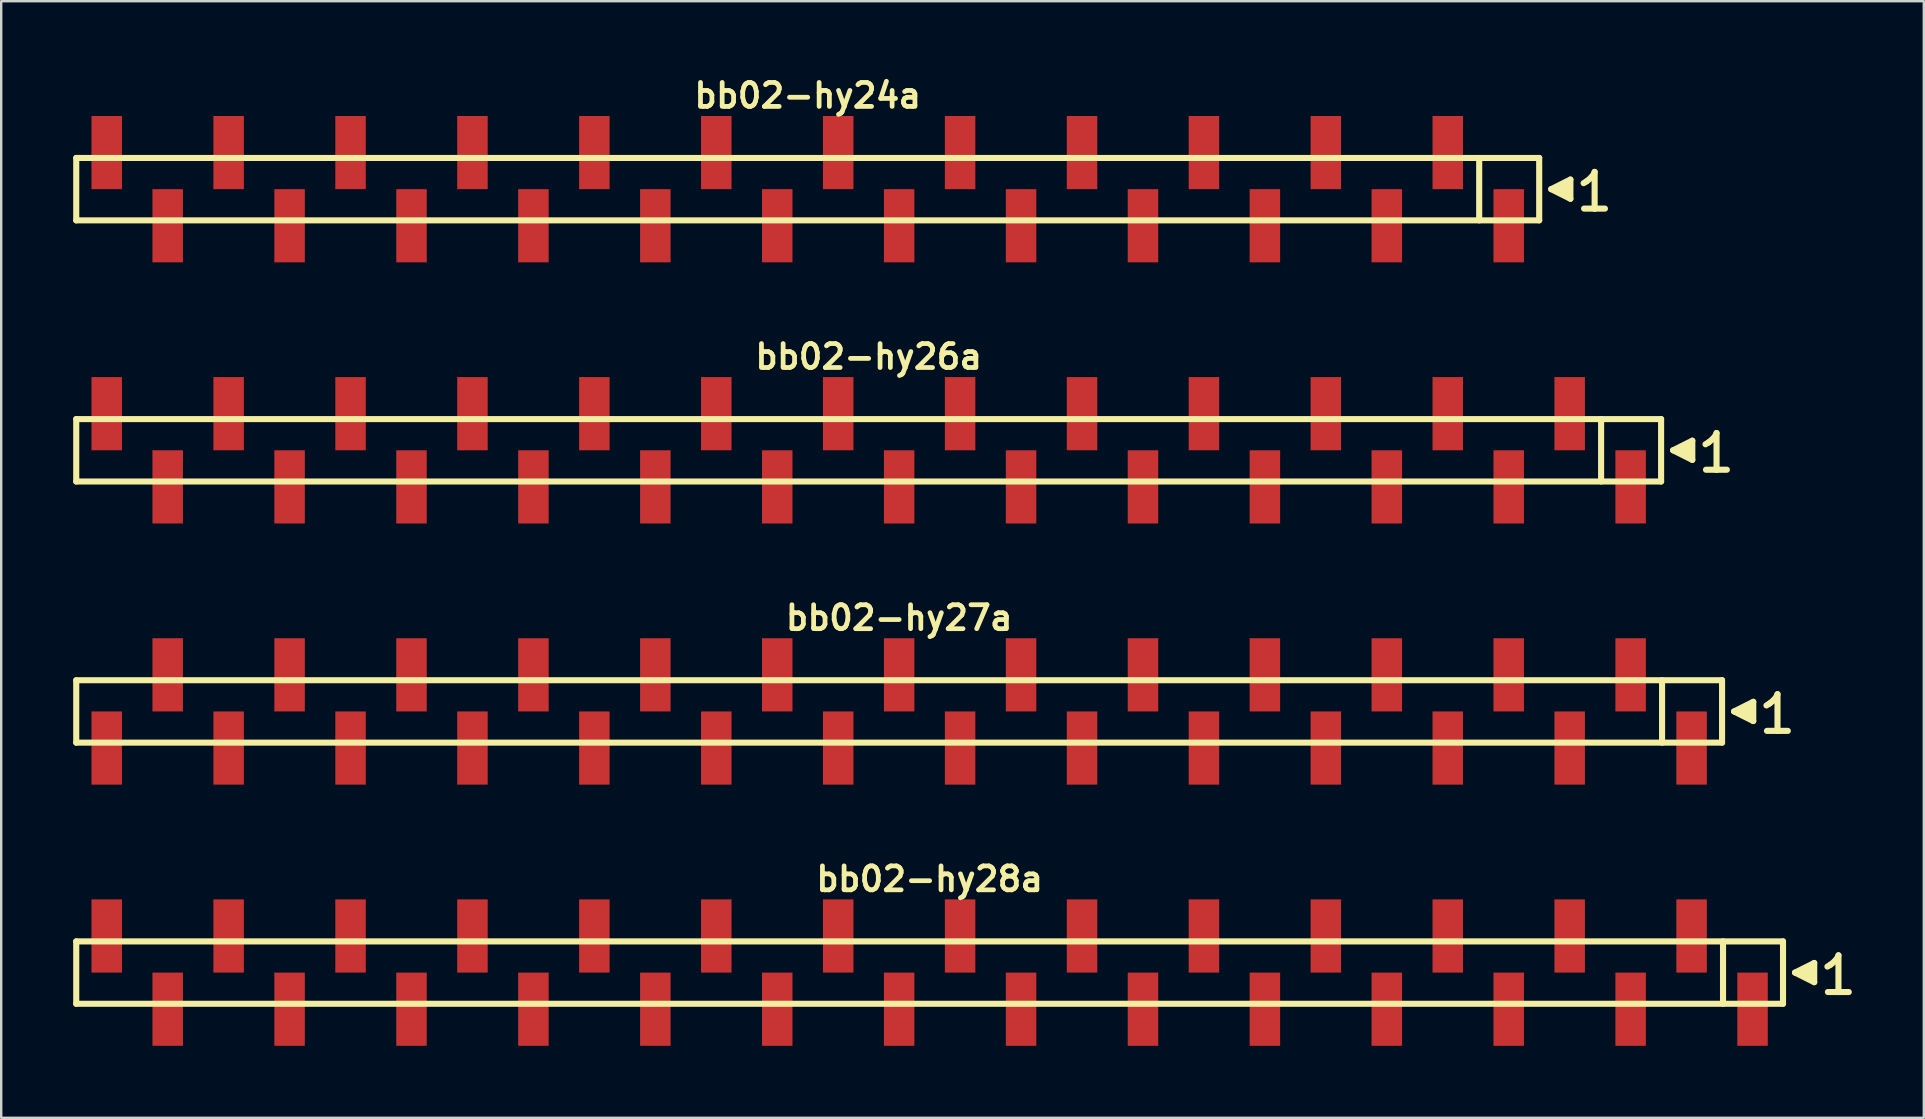
<source format=kicad_pcb>
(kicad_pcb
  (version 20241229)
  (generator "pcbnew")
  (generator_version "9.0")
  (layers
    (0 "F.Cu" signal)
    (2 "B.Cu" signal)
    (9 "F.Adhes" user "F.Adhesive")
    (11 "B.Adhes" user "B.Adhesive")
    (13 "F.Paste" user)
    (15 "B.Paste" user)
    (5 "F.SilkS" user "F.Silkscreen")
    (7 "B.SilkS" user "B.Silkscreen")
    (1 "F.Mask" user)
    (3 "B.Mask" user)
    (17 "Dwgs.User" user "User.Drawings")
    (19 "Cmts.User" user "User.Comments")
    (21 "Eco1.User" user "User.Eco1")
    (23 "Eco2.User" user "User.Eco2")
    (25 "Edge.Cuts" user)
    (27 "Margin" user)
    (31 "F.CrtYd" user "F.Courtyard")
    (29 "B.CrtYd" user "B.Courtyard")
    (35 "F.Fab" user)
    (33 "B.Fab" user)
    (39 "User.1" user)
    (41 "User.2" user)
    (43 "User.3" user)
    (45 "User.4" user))
  (footprint "bb02-hy28a"
    (layer "F.Cu")
    (at 35.687 37.477)
    (property "Reference" "bb02-hy28a" (at 0 -3.9 0) (layer "F.SilkS") (effects (font (size 0.998 0.998) (thickness 0.198))))
    (attr through_hole)
    (fp_line (start -35.56 -1.3) (end 35.56 -1.3) (stroke (width 0.254) (type solid)) (layer "F.SilkS"))
    (fp_line (start -35.56 1.3) (end -35.56 -1.3) (stroke (width 0.254) (type solid)) (layer "F.SilkS"))
    (fp_line (start 33.06 1.3) (end 33.06 -1.3) (stroke (width 0.254) (type solid)) (layer "F.SilkS"))
    (fp_line (start 35.56 -1.3) (end 35.56 1.3) (stroke (width 0.254) (type solid)) (layer "F.SilkS"))
    (fp_line (start 35.56 1.3) (end -35.56 1.3) (stroke (width 0.254) (type solid)) (layer "F.SilkS"))
    (fp_line (start 36.06 0) (end 36.86 0.4) (stroke (width 0.254) (type solid)) (layer "F.SilkS"))
    (fp_line (start 36.36 0.1) (end 36.36 -0.1) (stroke (width 0.254) (type solid)) (layer "F.SilkS"))
    (fp_line (start 36.46 -0.1) (end 36.46 0.1) (stroke (width 0.254) (type solid)) (layer "F.SilkS"))
    (fp_line (start 36.56 0.2) (end 36.56 -0.2) (stroke (width 0.254) (type solid)) (layer "F.SilkS"))
    (fp_line (start 36.66 -0.2) (end 36.66 0.2) (stroke (width 0.254) (type solid)) (layer "F.SilkS"))
    (fp_line (start 36.76 0.3) (end 36.76 -0.3) (stroke (width 0.254) (type solid)) (layer "F.SilkS"))
    (fp_line (start 36.86 -0.4) (end 36.06 0) (stroke (width 0.254) (type solid)) (layer "F.SilkS"))
    (fp_line (start 36.86 0.4) (end 36.86 -0.4) (stroke (width 0.254) (type solid)) (layer "F.SilkS"))
    (fp_line (start 37.41 -0.25) (end 37.54 -0.33) (stroke (width 0.254) (type solid)) (layer "F.SilkS"))
    (fp_line (start 37.54 -0.33) (end 37.7 -0.46) (stroke (width 0.254) (type solid)) (layer "F.SilkS"))
    (fp_line (start 37.7 -0.46) (end 37.84 -0.63) (stroke (width 0.254) (type solid)) (layer "F.SilkS"))
    (fp_line (start 37.84 -0.63) (end 37.87 -0.72) (stroke (width 0.254) (type solid)) (layer "F.SilkS"))
    (fp_line (start 37.87 -0.72) (end 37.87 0.81) (stroke (width 0.254) (type solid)) (layer "F.SilkS"))
    (fp_line (start 37.87 0.81) (end 37.43 0.81) (stroke (width 0.254) (type solid)) (layer "F.SilkS"))
    (fp_line (start 38.3 0.81) (end 37.86 0.81) (stroke (width 0.254) (type solid)) (layer "F.SilkS"))
    (pad "1" smd rect (at 34.29 1.525) (size 1.27 3.05) (layers "F.Cu" "F.Mask" "F.Paste"))
    (pad "2" smd rect (at 31.75 -1.525) (size 1.27 3.05) (layers "F.Cu" "F.Mask" "F.Paste"))
    (pad "3" smd rect (at 29.21 1.525) (size 1.27 3.05) (layers "F.Cu" "F.Mask" "F.Paste"))
    (pad "4" smd rect (at 26.67 -1.525) (size 1.27 3.05) (layers "F.Cu" "F.Mask" "F.Paste"))
    (pad "5" smd rect (at 24.13 1.525) (size 1.27 3.05) (layers "F.Cu" "F.Mask" "F.Paste"))
    (pad "6" smd rect (at 21.59 -1.525) (size 1.27 3.05) (layers "F.Cu" "F.Mask" "F.Paste"))
    (pad "7" smd rect (at 19.05 1.525) (size 1.27 3.05) (layers "F.Cu" "F.Mask" "F.Paste"))
    (pad "8" smd rect (at 16.51 -1.525) (size 1.27 3.05) (layers "F.Cu" "F.Mask" "F.Paste"))
    (pad "9" smd rect (at 13.97 1.525) (size 1.27 3.05) (layers "F.Cu" "F.Mask" "F.Paste"))
    (pad "10" smd rect (at 11.43 -1.525) (size 1.27 3.05) (layers "F.Cu" "F.Mask" "F.Paste"))
    (pad "11" smd rect (at 8.89 1.525) (size 1.27 3.05) (layers "F.Cu" "F.Mask" "F.Paste"))
    (pad "12" smd rect (at 6.35 -1.525) (size 1.27 3.05) (layers "F.Cu" "F.Mask" "F.Paste"))
    (pad "13" smd rect (at 3.81 1.525) (size 1.27 3.05) (layers "F.Cu" "F.Mask" "F.Paste"))
    (pad "14" smd rect (at 1.27 -1.525) (size 1.27 3.05) (layers "F.Cu" "F.Mask" "F.Paste"))
    (pad "15" smd rect (at -1.27 1.525) (size 1.27 3.05) (layers "F.Cu" "F.Mask" "F.Paste"))
    (pad "16" smd rect (at -3.81 -1.525) (size 1.27 3.05) (layers "F.Cu" "F.Mask" "F.Paste"))
    (pad "17" smd rect (at -6.35 1.525) (size 1.27 3.05) (layers "F.Cu" "F.Mask" "F.Paste"))
    (pad "18" smd rect (at -8.89 -1.525) (size 1.27 3.05) (layers "F.Cu" "F.Mask" "F.Paste"))
    (pad "19" smd rect (at -11.43 1.525) (size 1.27 3.05) (layers "F.Cu" "F.Mask" "F.Paste"))
    (pad "20" smd rect (at -13.97 -1.525) (size 1.27 3.05) (layers "F.Cu" "F.Mask" "F.Paste"))
    (pad "21" smd rect (at -16.51 1.525) (size 1.27 3.05) (layers "F.Cu" "F.Mask" "F.Paste"))
    (pad "22" smd rect (at -19.05 -1.525) (size 1.27 3.05) (layers "F.Cu" "F.Mask" "F.Paste"))
    (pad "23" smd rect (at -21.59 1.525) (size 1.27 3.05) (layers "F.Cu" "F.Mask" "F.Paste"))
    (pad "24" smd rect (at -24.13 -1.525) (size 1.27 3.05) (layers "F.Cu" "F.Mask" "F.Paste"))
    (pad "25" smd rect (at -26.67 1.525) (size 1.27 3.05) (layers "F.Cu" "F.Mask" "F.Paste"))
    (pad "26" smd rect (at -29.21 -1.525) (size 1.27 3.05) (layers "F.Cu" "F.Mask" "F.Paste"))
    (pad "27" smd rect (at -31.75 1.525) (size 1.27 3.05) (layers "F.Cu" "F.Mask" "F.Paste"))
    (pad "28" smd rect (at -34.29 -1.525) (size 1.27 3.05) (layers "F.Cu" "F.Mask" "F.Paste")))
  (footprint "bb02-hy24a"
    (layer "F.Cu")
    (at 30.607 4.832)
    (property "Reference" "bb02-hy24a" (at 0 -3.9 0) (layer "F.SilkS") (effects (font (size 0.998 0.998) (thickness 0.198))))
    (attr through_hole)
    (fp_line (start -30.48 -1.3) (end 30.48 -1.3) (stroke (width 0.254) (type solid)) (layer "F.SilkS"))
    (fp_line (start -30.48 1.3) (end -30.48 -1.3) (stroke (width 0.254) (type solid)) (layer "F.SilkS"))
    (fp_line (start 27.98 1.3) (end 27.98 -1.3) (stroke (width 0.254) (type solid)) (layer "F.SilkS"))
    (fp_line (start 30.48 -1.3) (end 30.48 1.3) (stroke (width 0.254) (type solid)) (layer "F.SilkS"))
    (fp_line (start 30.48 1.3) (end -30.48 1.3) (stroke (width 0.254) (type solid)) (layer "F.SilkS"))
    (fp_line (start 30.98 0) (end 31.78 0.4) (stroke (width 0.254) (type solid)) (layer "F.SilkS"))
    (fp_line (start 31.28 0.1) (end 31.28 -0.1) (stroke (width 0.254) (type solid)) (layer "F.SilkS"))
    (fp_line (start 31.38 -0.1) (end 31.38 0.1) (stroke (width 0.254) (type solid)) (layer "F.SilkS"))
    (fp_line (start 31.48 0.2) (end 31.48 -0.2) (stroke (width 0.254) (type solid)) (layer "F.SilkS"))
    (fp_line (start 31.58 -0.2) (end 31.58 0.2) (stroke (width 0.254) (type solid)) (layer "F.SilkS"))
    (fp_line (start 31.68 0.3) (end 31.68 -0.3) (stroke (width 0.254) (type solid)) (layer "F.SilkS"))
    (fp_line (start 31.78 -0.4) (end 30.98 0) (stroke (width 0.254) (type solid)) (layer "F.SilkS"))
    (fp_line (start 31.78 0.4) (end 31.78 -0.4) (stroke (width 0.254) (type solid)) (layer "F.SilkS"))
    (fp_line (start 32.33 -0.25) (end 32.46 -0.33) (stroke (width 0.254) (type solid)) (layer "F.SilkS"))
    (fp_line (start 32.46 -0.33) (end 32.62 -0.46) (stroke (width 0.254) (type solid)) (layer "F.SilkS"))
    (fp_line (start 32.62 -0.46) (end 32.76 -0.63) (stroke (width 0.254) (type solid)) (layer "F.SilkS"))
    (fp_line (start 32.76 -0.63) (end 32.79 -0.72) (stroke (width 0.254) (type solid)) (layer "F.SilkS"))
    (fp_line (start 32.79 -0.72) (end 32.79 0.81) (stroke (width 0.254) (type solid)) (layer "F.SilkS"))
    (fp_line (start 32.79 0.81) (end 32.35 0.81) (stroke (width 0.254) (type solid)) (layer "F.SilkS"))
    (fp_line (start 33.22 0.81) (end 32.78 0.81) (stroke (width 0.254) (type solid)) (layer "F.SilkS"))
    (pad "1" smd rect (at 29.21 1.525) (size 1.27 3.05) (layers "F.Cu" "F.Mask" "F.Paste"))
    (pad "2" smd rect (at 26.67 -1.525) (size 1.27 3.05) (layers "F.Cu" "F.Mask" "F.Paste"))
    (pad "3" smd rect (at 24.13 1.525) (size 1.27 3.05) (layers "F.Cu" "F.Mask" "F.Paste"))
    (pad "4" smd rect (at 21.59 -1.525) (size 1.27 3.05) (layers "F.Cu" "F.Mask" "F.Paste"))
    (pad "5" smd rect (at 19.05 1.525) (size 1.27 3.05) (layers "F.Cu" "F.Mask" "F.Paste"))
    (pad "6" smd rect (at 16.51 -1.525) (size 1.27 3.05) (layers "F.Cu" "F.Mask" "F.Paste"))
    (pad "7" smd rect (at 13.97 1.525) (size 1.27 3.05) (layers "F.Cu" "F.Mask" "F.Paste"))
    (pad "8" smd rect (at 11.43 -1.525) (size 1.27 3.05) (layers "F.Cu" "F.Mask" "F.Paste"))
    (pad "9" smd rect (at 8.89 1.525) (size 1.27 3.05) (layers "F.Cu" "F.Mask" "F.Paste"))
    (pad "10" smd rect (at 6.35 -1.525) (size 1.27 3.05) (layers "F.Cu" "F.Mask" "F.Paste"))
    (pad "11" smd rect (at 3.81 1.525) (size 1.27 3.05) (layers "F.Cu" "F.Mask" "F.Paste"))
    (pad "12" smd rect (at 1.27 -1.525) (size 1.27 3.05) (layers "F.Cu" "F.Mask" "F.Paste"))
    (pad "13" smd rect (at -1.27 1.525) (size 1.27 3.05) (layers "F.Cu" "F.Mask" "F.Paste"))
    (pad "14" smd rect (at -3.81 -1.525) (size 1.27 3.05) (layers "F.Cu" "F.Mask" "F.Paste"))
    (pad "15" smd rect (at -6.35 1.525) (size 1.27 3.05) (layers "F.Cu" "F.Mask" "F.Paste"))
    (pad "16" smd rect (at -8.89 -1.525) (size 1.27 3.05) (layers "F.Cu" "F.Mask" "F.Paste"))
    (pad "17" smd rect (at -11.43 1.525) (size 1.27 3.05) (layers "F.Cu" "F.Mask" "F.Paste"))
    (pad "18" smd rect (at -13.97 -1.525) (size 1.27 3.05) (layers "F.Cu" "F.Mask" "F.Paste"))
    (pad "19" smd rect (at -16.51 1.525) (size 1.27 3.05) (layers "F.Cu" "F.Mask" "F.Paste"))
    (pad "20" smd rect (at -19.05 -1.525) (size 1.27 3.05) (layers "F.Cu" "F.Mask" "F.Paste"))
    (pad "21" smd rect (at -21.59 1.525) (size 1.27 3.05) (layers "F.Cu" "F.Mask" "F.Paste"))
    (pad "22" smd rect (at -24.13 -1.525) (size 1.27 3.05) (layers "F.Cu" "F.Mask" "F.Paste"))
    (pad "23" smd rect (at -26.67 1.525) (size 1.27 3.05) (layers "F.Cu" "F.Mask" "F.Paste"))
    (pad "24" smd rect (at -29.21 -1.525) (size 1.27 3.05) (layers "F.Cu" "F.Mask" "F.Paste")))
  (footprint "bb02-hy27a"
    (layer "F.Cu")
    (at 34.417 26.595)
    (property "Reference" "bb02-hy27a" (at 0 -3.9 0) (layer "F.SilkS") (effects (font (size 0.998 0.998) (thickness 0.198))))
    (attr through_hole)
    (fp_line (start -34.29 -1.3) (end 34.29 -1.3) (stroke (width 0.254) (type solid)) (layer "F.SilkS"))
    (fp_line (start -34.29 1.3) (end -34.29 -1.3) (stroke (width 0.254) (type solid)) (layer "F.SilkS"))
    (fp_line (start 31.79 1.3) (end 31.79 -1.3) (stroke (width 0.254) (type solid)) (layer "F.SilkS"))
    (fp_line (start 34.29 -1.3) (end 34.29 1.3) (stroke (width 0.254) (type solid)) (layer "F.SilkS"))
    (fp_line (start 34.29 1.3) (end -34.29 1.3) (stroke (width 0.254) (type solid)) (layer "F.SilkS"))
    (fp_line (start 34.79 0) (end 35.59 0.4) (stroke (width 0.254) (type solid)) (layer "F.SilkS"))
    (fp_line (start 35.09 0.1) (end 35.09 -0.1) (stroke (width 0.254) (type solid)) (layer "F.SilkS"))
    (fp_line (start 35.19 -0.1) (end 35.19 0.1) (stroke (width 0.254) (type solid)) (layer "F.SilkS"))
    (fp_line (start 35.29 0.2) (end 35.29 -0.2) (stroke (width 0.254) (type solid)) (layer "F.SilkS"))
    (fp_line (start 35.39 -0.2) (end 35.39 0.2) (stroke (width 0.254) (type solid)) (layer "F.SilkS"))
    (fp_line (start 35.49 0.3) (end 35.49 -0.3) (stroke (width 0.254) (type solid)) (layer "F.SilkS"))
    (fp_line (start 35.59 -0.4) (end 34.79 0) (stroke (width 0.254) (type solid)) (layer "F.SilkS"))
    (fp_line (start 35.59 0.4) (end 35.59 -0.4) (stroke (width 0.254) (type solid)) (layer "F.SilkS"))
    (fp_line (start 36.14 -0.25) (end 36.27 -0.33) (stroke (width 0.254) (type solid)) (layer "F.SilkS"))
    (fp_line (start 36.27 -0.33) (end 36.43 -0.46) (stroke (width 0.254) (type solid)) (layer "F.SilkS"))
    (fp_line (start 36.43 -0.46) (end 36.57 -0.63) (stroke (width 0.254) (type solid)) (layer "F.SilkS"))
    (fp_line (start 36.57 -0.63) (end 36.6 -0.72) (stroke (width 0.254) (type solid)) (layer "F.SilkS"))
    (fp_line (start 36.6 -0.72) (end 36.6 0.81) (stroke (width 0.254) (type solid)) (layer "F.SilkS"))
    (fp_line (start 36.6 0.81) (end 36.16 0.81) (stroke (width 0.254) (type solid)) (layer "F.SilkS"))
    (fp_line (start 37.03 0.81) (end 36.59 0.81) (stroke (width 0.254) (type solid)) (layer "F.SilkS"))
    (pad "1" smd rect (at 33.02 1.525) (size 1.27 3.05) (layers "F.Cu" "F.Mask" "F.Paste"))
    (pad "2" smd rect (at 30.48 -1.525) (size 1.27 3.05) (layers "F.Cu" "F.Mask" "F.Paste"))
    (pad "3" smd rect (at 27.94 1.525) (size 1.27 3.05) (layers "F.Cu" "F.Mask" "F.Paste"))
    (pad "4" smd rect (at 25.4 -1.525) (size 1.27 3.05) (layers "F.Cu" "F.Mask" "F.Paste"))
    (pad "5" smd rect (at 22.86 1.525) (size 1.27 3.05) (layers "F.Cu" "F.Mask" "F.Paste"))
    (pad "6" smd rect (at 20.32 -1.525) (size 1.27 3.05) (layers "F.Cu" "F.Mask" "F.Paste"))
    (pad "7" smd rect (at 17.78 1.525) (size 1.27 3.05) (layers "F.Cu" "F.Mask" "F.Paste"))
    (pad "8" smd rect (at 15.24 -1.525) (size 1.27 3.05) (layers "F.Cu" "F.Mask" "F.Paste"))
    (pad "9" smd rect (at 12.7 1.525) (size 1.27 3.05) (layers "F.Cu" "F.Mask" "F.Paste"))
    (pad "10" smd rect (at 10.16 -1.525) (size 1.27 3.05) (layers "F.Cu" "F.Mask" "F.Paste"))
    (pad "11" smd rect (at 7.62 1.525) (size 1.27 3.05) (layers "F.Cu" "F.Mask" "F.Paste"))
    (pad "12" smd rect (at 5.08 -1.525) (size 1.27 3.05) (layers "F.Cu" "F.Mask" "F.Paste"))
    (pad "13" smd rect (at 2.54 1.525) (size 1.27 3.05) (layers "F.Cu" "F.Mask" "F.Paste"))
    (pad "14" smd rect (at 0 -1.525) (size 1.27 3.05) (layers "F.Cu" "F.Mask" "F.Paste"))
    (pad "15" smd rect (at -2.54 1.525) (size 1.27 3.05) (layers "F.Cu" "F.Mask" "F.Paste"))
    (pad "16" smd rect (at -5.08 -1.525) (size 1.27 3.05) (layers "F.Cu" "F.Mask" "F.Paste"))
    (pad "17" smd rect (at -7.62 1.525) (size 1.27 3.05) (layers "F.Cu" "F.Mask" "F.Paste"))
    (pad "18" smd rect (at -10.16 -1.525) (size 1.27 3.05) (layers "F.Cu" "F.Mask" "F.Paste"))
    (pad "19" smd rect (at -12.7 1.525) (size 1.27 3.05) (layers "F.Cu" "F.Mask" "F.Paste"))
    (pad "20" smd rect (at -15.24 -1.525) (size 1.27 3.05) (layers "F.Cu" "F.Mask" "F.Paste"))
    (pad "21" smd rect (at -17.78 1.525) (size 1.27 3.05) (layers "F.Cu" "F.Mask" "F.Paste"))
    (pad "22" smd rect (at -20.32 -1.525) (size 1.27 3.05) (layers "F.Cu" "F.Mask" "F.Paste"))
    (pad "23" smd rect (at -22.86 1.525) (size 1.27 3.05) (layers "F.Cu" "F.Mask" "F.Paste"))
    (pad "24" smd rect (at -25.4 -1.525) (size 1.27 3.05) (layers "F.Cu" "F.Mask" "F.Paste"))
    (pad "25" smd rect (at -27.94 1.525) (size 1.27 3.05) (layers "F.Cu" "F.Mask" "F.Paste"))
    (pad "26" smd rect (at -30.48 -1.525) (size 1.27 3.05) (layers "F.Cu" "F.Mask" "F.Paste"))
    (pad "27" smd rect (at -33.02 1.525) (size 1.27 3.05) (layers "F.Cu" "F.Mask" "F.Paste")))
  (footprint "bb02-hy26a"
    (layer "F.Cu")
    (at 33.147 15.713)
    (property "Reference" "bb02-hy26a" (at 0 -3.9 0) (layer "F.SilkS") (effects (font (size 0.998 0.998) (thickness 0.198))))
    (attr through_hole)
    (fp_line (start -33.02 -1.3) (end 33.02 -1.3) (stroke (width 0.254) (type solid)) (layer "F.SilkS"))
    (fp_line (start -33.02 1.3) (end -33.02 -1.3) (stroke (width 0.254) (type solid)) (layer "F.SilkS"))
    (fp_line (start 30.52 1.3) (end 30.52 -1.3) (stroke (width 0.254) (type solid)) (layer "F.SilkS"))
    (fp_line (start 33.02 -1.3) (end 33.02 1.3) (stroke (width 0.254) (type solid)) (layer "F.SilkS"))
    (fp_line (start 33.02 1.3) (end -33.02 1.3) (stroke (width 0.254) (type solid)) (layer "F.SilkS"))
    (fp_line (start 33.52 0) (end 34.32 0.4) (stroke (width 0.254) (type solid)) (layer "F.SilkS"))
    (fp_line (start 33.82 0.1) (end 33.82 -0.1) (stroke (width 0.254) (type solid)) (layer "F.SilkS"))
    (fp_line (start 33.92 -0.1) (end 33.92 0.1) (stroke (width 0.254) (type solid)) (layer "F.SilkS"))
    (fp_line (start 34.02 0.2) (end 34.02 -0.2) (stroke (width 0.254) (type solid)) (layer "F.SilkS"))
    (fp_line (start 34.12 -0.2) (end 34.12 0.2) (stroke (width 0.254) (type solid)) (layer "F.SilkS"))
    (fp_line (start 34.22 0.3) (end 34.22 -0.3) (stroke (width 0.254) (type solid)) (layer "F.SilkS"))
    (fp_line (start 34.32 -0.4) (end 33.52 0) (stroke (width 0.254) (type solid)) (layer "F.SilkS"))
    (fp_line (start 34.32 0.4) (end 34.32 -0.4) (stroke (width 0.254) (type solid)) (layer "F.SilkS"))
    (fp_line (start 34.87 -0.25) (end 35 -0.33) (stroke (width 0.254) (type solid)) (layer "F.SilkS"))
    (fp_line (start 35 -0.33) (end 35.16 -0.46) (stroke (width 0.254) (type solid)) (layer "F.SilkS"))
    (fp_line (start 35.16 -0.46) (end 35.3 -0.63) (stroke (width 0.254) (type solid)) (layer "F.SilkS"))
    (fp_line (start 35.3 -0.63) (end 35.33 -0.72) (stroke (width 0.254) (type solid)) (layer "F.SilkS"))
    (fp_line (start 35.33 -0.72) (end 35.33 0.81) (stroke (width 0.254) (type solid)) (layer "F.SilkS"))
    (fp_line (start 35.33 0.81) (end 34.89 0.81) (stroke (width 0.254) (type solid)) (layer "F.SilkS"))
    (fp_line (start 35.76 0.81) (end 35.32 0.81) (stroke (width 0.254) (type solid)) (layer "F.SilkS"))
    (pad "1" smd rect (at 31.75 1.525) (size 1.27 3.05) (layers "F.Cu" "F.Mask" "F.Paste"))
    (pad "2" smd rect (at 29.21 -1.525) (size 1.27 3.05) (layers "F.Cu" "F.Mask" "F.Paste"))
    (pad "3" smd rect (at 26.67 1.525) (size 1.27 3.05) (layers "F.Cu" "F.Mask" "F.Paste"))
    (pad "4" smd rect (at 24.13 -1.525) (size 1.27 3.05) (layers "F.Cu" "F.Mask" "F.Paste"))
    (pad "5" smd rect (at 21.59 1.525) (size 1.27 3.05) (layers "F.Cu" "F.Mask" "F.Paste"))
    (pad "6" smd rect (at 19.05 -1.525) (size 1.27 3.05) (layers "F.Cu" "F.Mask" "F.Paste"))
    (pad "7" smd rect (at 16.51 1.525) (size 1.27 3.05) (layers "F.Cu" "F.Mask" "F.Paste"))
    (pad "8" smd rect (at 13.97 -1.525) (size 1.27 3.05) (layers "F.Cu" "F.Mask" "F.Paste"))
    (pad "9" smd rect (at 11.43 1.525) (size 1.27 3.05) (layers "F.Cu" "F.Mask" "F.Paste"))
    (pad "10" smd rect (at 8.89 -1.525) (size 1.27 3.05) (layers "F.Cu" "F.Mask" "F.Paste"))
    (pad "11" smd rect (at 6.35 1.525) (size 1.27 3.05) (layers "F.Cu" "F.Mask" "F.Paste"))
    (pad "12" smd rect (at 3.81 -1.525) (size 1.27 3.05) (layers "F.Cu" "F.Mask" "F.Paste"))
    (pad "13" smd rect (at 1.27 1.525) (size 1.27 3.05) (layers "F.Cu" "F.Mask" "F.Paste"))
    (pad "14" smd rect (at -1.27 -1.525) (size 1.27 3.05) (layers "F.Cu" "F.Mask" "F.Paste"))
    (pad "15" smd rect (at -3.81 1.525) (size 1.27 3.05) (layers "F.Cu" "F.Mask" "F.Paste"))
    (pad "16" smd rect (at -6.35 -1.525) (size 1.27 3.05) (layers "F.Cu" "F.Mask" "F.Paste"))
    (pad "17" smd rect (at -8.89 1.525) (size 1.27 3.05) (layers "F.Cu" "F.Mask" "F.Paste"))
    (pad "18" smd rect (at -11.43 -1.525) (size 1.27 3.05) (layers "F.Cu" "F.Mask" "F.Paste"))
    (pad "19" smd rect (at -13.97 1.525) (size 1.27 3.05) (layers "F.Cu" "F.Mask" "F.Paste"))
    (pad "20" smd rect (at -16.51 -1.525) (size 1.27 3.05) (layers "F.Cu" "F.Mask" "F.Paste"))
    (pad "21" smd rect (at -19.05 1.525) (size 1.27 3.05) (layers "F.Cu" "F.Mask" "F.Paste"))
    (pad "22" smd rect (at -21.59 -1.525) (size 1.27 3.05) (layers "F.Cu" "F.Mask" "F.Paste"))
    (pad "23" smd rect (at -24.13 1.525) (size 1.27 3.05) (layers "F.Cu" "F.Mask" "F.Paste"))
    (pad "24" smd rect (at -26.67 -1.525) (size 1.27 3.05) (layers "F.Cu" "F.Mask" "F.Paste"))
    (pad "25" smd rect (at -29.21 1.525) (size 1.27 3.05) (layers "F.Cu" "F.Mask" "F.Paste"))
    (pad "26" smd rect (at -31.75 -1.525) (size 1.27 3.05) (layers "F.Cu" "F.Mask" "F.Paste")))
  (gr_rect
    (start -3 -3)
    (end 77.114 43.527)
    (stroke (width 0.1) (type default))
    (fill no)
    (layer "Edge.Cuts")))
</source>
